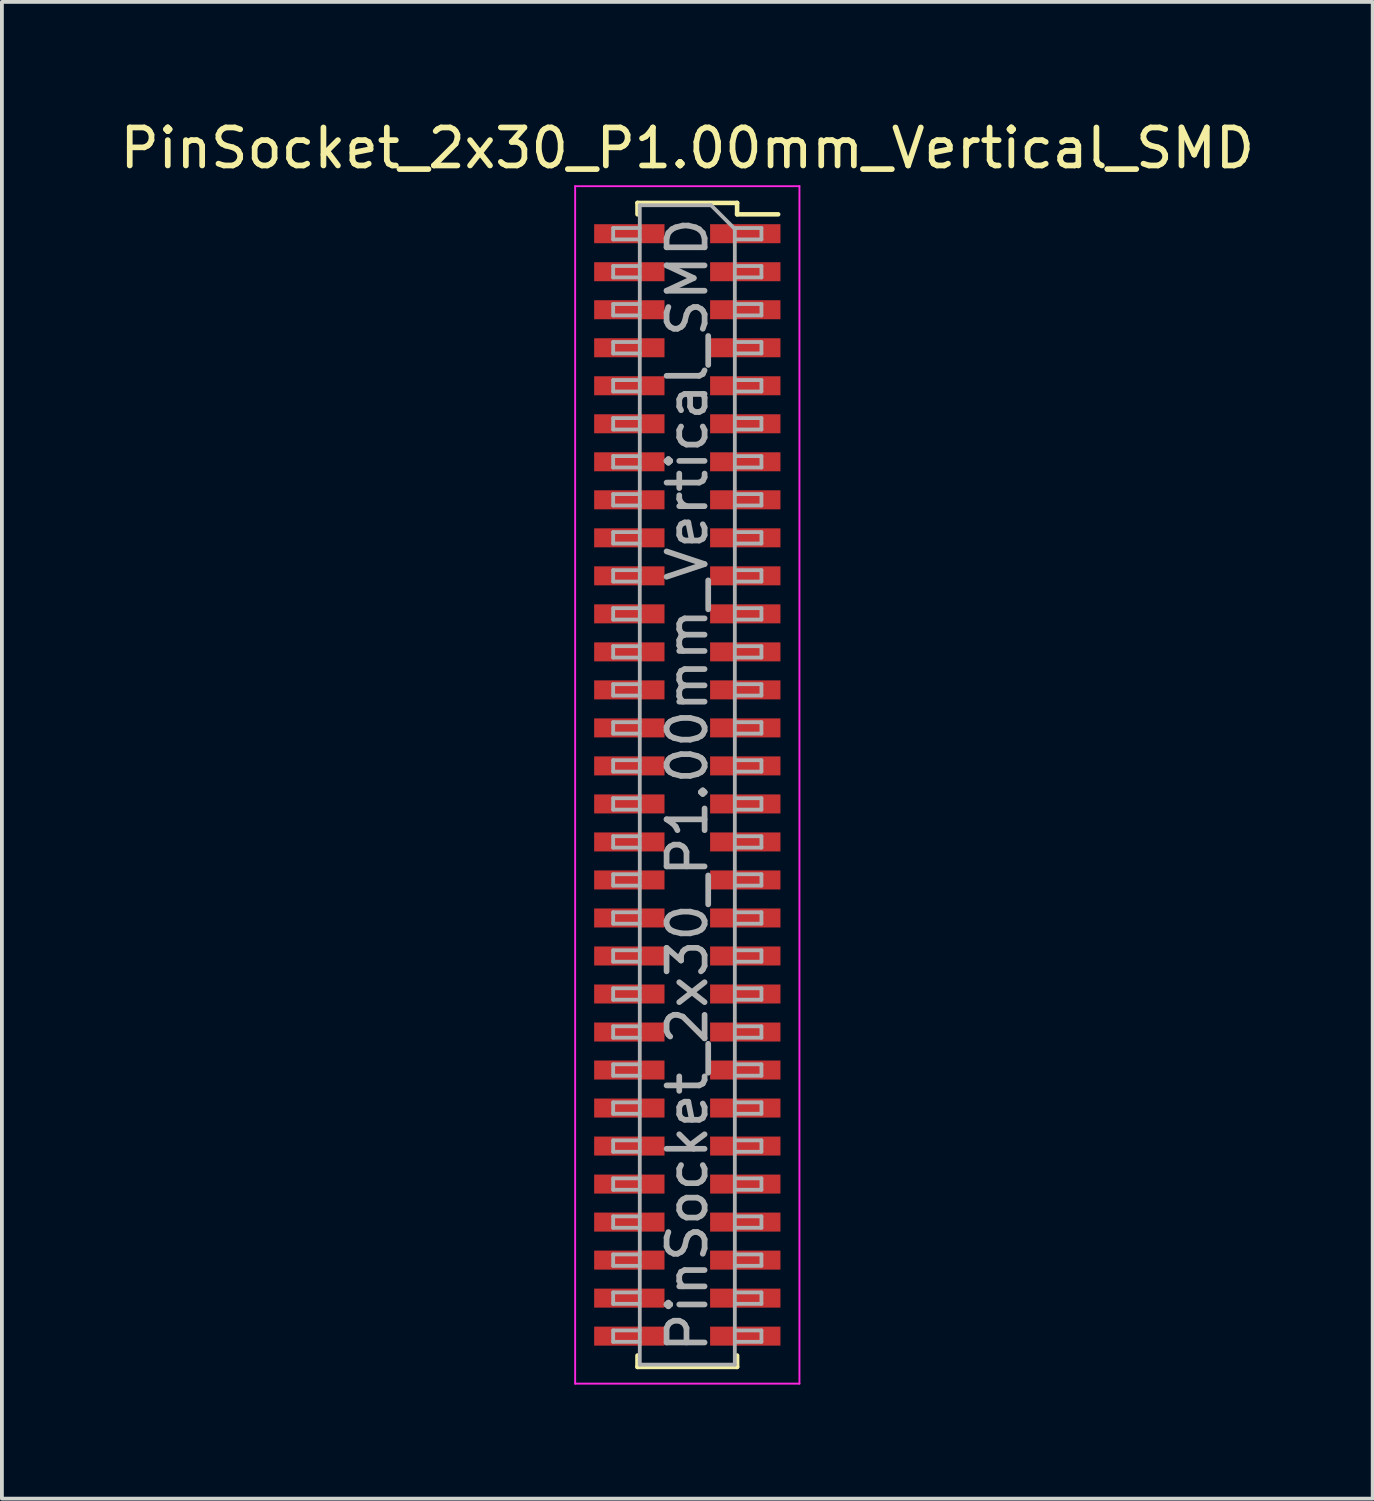
<source format=kicad_pcb>
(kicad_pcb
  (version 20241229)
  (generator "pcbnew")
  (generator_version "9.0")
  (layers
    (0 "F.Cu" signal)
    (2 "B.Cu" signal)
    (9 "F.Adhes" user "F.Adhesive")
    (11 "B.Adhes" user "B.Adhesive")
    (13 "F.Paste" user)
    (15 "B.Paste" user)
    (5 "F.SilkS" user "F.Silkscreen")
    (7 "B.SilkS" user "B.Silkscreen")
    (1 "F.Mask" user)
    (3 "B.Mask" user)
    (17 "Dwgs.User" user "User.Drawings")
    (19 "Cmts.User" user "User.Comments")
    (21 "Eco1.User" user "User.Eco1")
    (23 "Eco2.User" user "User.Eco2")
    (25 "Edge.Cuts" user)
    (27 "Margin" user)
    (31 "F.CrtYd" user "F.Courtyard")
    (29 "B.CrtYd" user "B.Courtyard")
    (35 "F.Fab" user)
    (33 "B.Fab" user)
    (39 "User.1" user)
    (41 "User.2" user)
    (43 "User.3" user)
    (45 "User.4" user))
  (footprint "PinSocket_2x30_P1.00mm_Vertical_SMD"
    (layer "F.Cu")
    (at 15.03 17.598)
    (property "Reference" "PinSocket_2x30_P1.00mm_Vertical_SMD" (at 0 -16.75 0) (layer "F.SilkS") (effects (font (size 1 1) (thickness 0.15))))
    (attr smd)
    (fp_line (start -1.31 -15.31) (end -1.31 -15.01) (stroke (width 0.12) (type solid)) (layer "F.SilkS"))
    (fp_line (start -1.31 -15.31) (end 1.31 -15.31) (stroke (width 0.12) (type solid)) (layer "F.SilkS"))
    (fp_line (start -1.31 15.01) (end -1.31 15.31) (stroke (width 0.12) (type solid)) (layer "F.SilkS"))
    (fp_line (start -1.31 15.31) (end 1.31 15.31) (stroke (width 0.12) (type solid)) (layer "F.SilkS"))
    (fp_line (start 1.31 -15.31) (end 1.31 -15.01) (stroke (width 0.12) (type solid)) (layer "F.SilkS"))
    (fp_line (start 1.31 -15.01) (end 2.39 -15.01) (stroke (width 0.12) (type solid)) (layer "F.SilkS"))
    (fp_line (start 1.31 15.01) (end 1.31 15.31) (stroke (width 0.12) (type solid)) (layer "F.SilkS"))
    (fp_line (start -2.95 -15.75) (end 2.95 -15.75) (stroke (width 0.05) (type solid)) (layer "F.CrtYd"))
    (fp_line (start -2.95 15.75) (end -2.95 -15.75) (stroke (width 0.05) (type solid)) (layer "F.CrtYd"))
    (fp_line (start 2.95 -15.75) (end 2.95 15.75) (stroke (width 0.05) (type solid)) (layer "F.CrtYd"))
    (fp_line (start 2.95 15.75) (end -2.95 15.75) (stroke (width 0.05) (type solid)) (layer "F.CrtYd"))
    (fp_line (start -1.95 -14.65) (end -1.25 -14.65) (stroke (width 0.1) (type solid)) (layer "F.Fab"))
    (fp_line (start -1.95 -14.35) (end -1.95 -14.65) (stroke (width 0.1) (type solid)) (layer "F.Fab"))
    (fp_line (start -1.95 -13.65) (end -1.25 -13.65) (stroke (width 0.1) (type solid)) (layer "F.Fab"))
    (fp_line (start -1.95 -13.35) (end -1.95 -13.65) (stroke (width 0.1) (type solid)) (layer "F.Fab"))
    (fp_line (start -1.95 -12.65) (end -1.25 -12.65) (stroke (width 0.1) (type solid)) (layer "F.Fab"))
    (fp_line (start -1.95 -12.35) (end -1.95 -12.65) (stroke (width 0.1) (type solid)) (layer "F.Fab"))
    (fp_line (start -1.95 -11.65) (end -1.25 -11.65) (stroke (width 0.1) (type solid)) (layer "F.Fab"))
    (fp_line (start -1.95 -11.35) (end -1.95 -11.65) (stroke (width 0.1) (type solid)) (layer "F.Fab"))
    (fp_line (start -1.95 -10.65) (end -1.25 -10.65) (stroke (width 0.1) (type solid)) (layer "F.Fab"))
    (fp_line (start -1.95 -10.35) (end -1.95 -10.65) (stroke (width 0.1) (type solid)) (layer "F.Fab"))
    (fp_line (start -1.95 -9.65) (end -1.25 -9.65) (stroke (width 0.1) (type solid)) (layer "F.Fab"))
    (fp_line (start -1.95 -9.35) (end -1.95 -9.65) (stroke (width 0.1) (type solid)) (layer "F.Fab"))
    (fp_line (start -1.95 -8.65) (end -1.25 -8.65) (stroke (width 0.1) (type solid)) (layer "F.Fab"))
    (fp_line (start -1.95 -8.35) (end -1.95 -8.65) (stroke (width 0.1) (type solid)) (layer "F.Fab"))
    (fp_line (start -1.95 -7.65) (end -1.25 -7.65) (stroke (width 0.1) (type solid)) (layer "F.Fab"))
    (fp_line (start -1.95 -7.35) (end -1.95 -7.65) (stroke (width 0.1) (type solid)) (layer "F.Fab"))
    (fp_line (start -1.95 -6.65) (end -1.25 -6.65) (stroke (width 0.1) (type solid)) (layer "F.Fab"))
    (fp_line (start -1.95 -6.35) (end -1.95 -6.65) (stroke (width 0.1) (type solid)) (layer "F.Fab"))
    (fp_line (start -1.95 -5.65) (end -1.25 -5.65) (stroke (width 0.1) (type solid)) (layer "F.Fab"))
    (fp_line (start -1.95 -5.35) (end -1.95 -5.65) (stroke (width 0.1) (type solid)) (layer "F.Fab"))
    (fp_line (start -1.95 -4.65) (end -1.25 -4.65) (stroke (width 0.1) (type solid)) (layer "F.Fab"))
    (fp_line (start -1.95 -4.35) (end -1.95 -4.65) (stroke (width 0.1) (type solid)) (layer "F.Fab"))
    (fp_line (start -1.95 -3.65) (end -1.25 -3.65) (stroke (width 0.1) (type solid)) (layer "F.Fab"))
    (fp_line (start -1.95 -3.35) (end -1.95 -3.65) (stroke (width 0.1) (type solid)) (layer "F.Fab"))
    (fp_line (start -1.95 -2.65) (end -1.25 -2.65) (stroke (width 0.1) (type solid)) (layer "F.Fab"))
    (fp_line (start -1.95 -2.35) (end -1.95 -2.65) (stroke (width 0.1) (type solid)) (layer "F.Fab"))
    (fp_line (start -1.95 -1.65) (end -1.25 -1.65) (stroke (width 0.1) (type solid)) (layer "F.Fab"))
    (fp_line (start -1.95 -1.35) (end -1.95 -1.65) (stroke (width 0.1) (type solid)) (layer "F.Fab"))
    (fp_line (start -1.95 -0.65) (end -1.25 -0.65) (stroke (width 0.1) (type solid)) (layer "F.Fab"))
    (fp_line (start -1.95 -0.35) (end -1.95 -0.65) (stroke (width 0.1) (type solid)) (layer "F.Fab"))
    (fp_line (start -1.95 0.35) (end -1.25 0.35) (stroke (width 0.1) (type solid)) (layer "F.Fab"))
    (fp_line (start -1.95 0.65) (end -1.95 0.35) (stroke (width 0.1) (type solid)) (layer "F.Fab"))
    (fp_line (start -1.95 1.35) (end -1.25 1.35) (stroke (width 0.1) (type solid)) (layer "F.Fab"))
    (fp_line (start -1.95 1.65) (end -1.95 1.35) (stroke (width 0.1) (type solid)) (layer "F.Fab"))
    (fp_line (start -1.95 2.35) (end -1.25 2.35) (stroke (width 0.1) (type solid)) (layer "F.Fab"))
    (fp_line (start -1.95 2.65) (end -1.95 2.35) (stroke (width 0.1) (type solid)) (layer "F.Fab"))
    (fp_line (start -1.95 3.35) (end -1.25 3.35) (stroke (width 0.1) (type solid)) (layer "F.Fab"))
    (fp_line (start -1.95 3.65) (end -1.95 3.35) (stroke (width 0.1) (type solid)) (layer "F.Fab"))
    (fp_line (start -1.95 4.35) (end -1.25 4.35) (stroke (width 0.1) (type solid)) (layer "F.Fab"))
    (fp_line (start -1.95 4.65) (end -1.95 4.35) (stroke (width 0.1) (type solid)) (layer "F.Fab"))
    (fp_line (start -1.95 5.35) (end -1.25 5.35) (stroke (width 0.1) (type solid)) (layer "F.Fab"))
    (fp_line (start -1.95 5.65) (end -1.95 5.35) (stroke (width 0.1) (type solid)) (layer "F.Fab"))
    (fp_line (start -1.95 6.35) (end -1.25 6.35) (stroke (width 0.1) (type solid)) (layer "F.Fab"))
    (fp_line (start -1.95 6.65) (end -1.95 6.35) (stroke (width 0.1) (type solid)) (layer "F.Fab"))
    (fp_line (start -1.95 7.35) (end -1.25 7.35) (stroke (width 0.1) (type solid)) (layer "F.Fab"))
    (fp_line (start -1.95 7.65) (end -1.95 7.35) (stroke (width 0.1) (type solid)) (layer "F.Fab"))
    (fp_line (start -1.95 8.35) (end -1.25 8.35) (stroke (width 0.1) (type solid)) (layer "F.Fab"))
    (fp_line (start -1.95 8.65) (end -1.95 8.35) (stroke (width 0.1) (type solid)) (layer "F.Fab"))
    (fp_line (start -1.95 9.35) (end -1.25 9.35) (stroke (width 0.1) (type solid)) (layer "F.Fab"))
    (fp_line (start -1.95 9.65) (end -1.95 9.35) (stroke (width 0.1) (type solid)) (layer "F.Fab"))
    (fp_line (start -1.95 10.35) (end -1.25 10.35) (stroke (width 0.1) (type solid)) (layer "F.Fab"))
    (fp_line (start -1.95 10.65) (end -1.95 10.35) (stroke (width 0.1) (type solid)) (layer "F.Fab"))
    (fp_line (start -1.95 11.35) (end -1.25 11.35) (stroke (width 0.1) (type solid)) (layer "F.Fab"))
    (fp_line (start -1.95 11.65) (end -1.95 11.35) (stroke (width 0.1) (type solid)) (layer "F.Fab"))
    (fp_line (start -1.95 12.35) (end -1.25 12.35) (stroke (width 0.1) (type solid)) (layer "F.Fab"))
    (fp_line (start -1.95 12.65) (end -1.95 12.35) (stroke (width 0.1) (type solid)) (layer "F.Fab"))
    (fp_line (start -1.95 13.35) (end -1.25 13.35) (stroke (width 0.1) (type solid)) (layer "F.Fab"))
    (fp_line (start -1.95 13.65) (end -1.95 13.35) (stroke (width 0.1) (type solid)) (layer "F.Fab"))
    (fp_line (start -1.95 14.35) (end -1.25 14.35) (stroke (width 0.1) (type solid)) (layer "F.Fab"))
    (fp_line (start -1.95 14.65) (end -1.95 14.35) (stroke (width 0.1) (type solid)) (layer "F.Fab"))
    (fp_line (start -1.25 -15.25) (end 0.625 -15.25) (stroke (width 0.1) (type solid)) (layer "F.Fab"))
    (fp_line (start -1.25 -14.35) (end -1.95 -14.35) (stroke (width 0.1) (type solid)) (layer "F.Fab"))
    (fp_line (start -1.25 -13.35) (end -1.95 -13.35) (stroke (width 0.1) (type solid)) (layer "F.Fab"))
    (fp_line (start -1.25 -12.35) (end -1.95 -12.35) (stroke (width 0.1) (type solid)) (layer "F.Fab"))
    (fp_line (start -1.25 -11.35) (end -1.95 -11.35) (stroke (width 0.1) (type solid)) (layer "F.Fab"))
    (fp_line (start -1.25 -10.35) (end -1.95 -10.35) (stroke (width 0.1) (type solid)) (layer "F.Fab"))
    (fp_line (start -1.25 -9.35) (end -1.95 -9.35) (stroke (width 0.1) (type solid)) (layer "F.Fab"))
    (fp_line (start -1.25 -8.35) (end -1.95 -8.35) (stroke (width 0.1) (type solid)) (layer "F.Fab"))
    (fp_line (start -1.25 -7.35) (end -1.95 -7.35) (stroke (width 0.1) (type solid)) (layer "F.Fab"))
    (fp_line (start -1.25 -6.35) (end -1.95 -6.35) (stroke (width 0.1) (type solid)) (layer "F.Fab"))
    (fp_line (start -1.25 -5.35) (end -1.95 -5.35) (stroke (width 0.1) (type solid)) (layer "F.Fab"))
    (fp_line (start -1.25 -4.35) (end -1.95 -4.35) (stroke (width 0.1) (type solid)) (layer "F.Fab"))
    (fp_line (start -1.25 -3.35) (end -1.95 -3.35) (stroke (width 0.1) (type solid)) (layer "F.Fab"))
    (fp_line (start -1.25 -2.35) (end -1.95 -2.35) (stroke (width 0.1) (type solid)) (layer "F.Fab"))
    (fp_line (start -1.25 -1.35) (end -1.95 -1.35) (stroke (width 0.1) (type solid)) (layer "F.Fab"))
    (fp_line (start -1.25 -0.35) (end -1.95 -0.35) (stroke (width 0.1) (type solid)) (layer "F.Fab"))
    (fp_line (start -1.25 0.65) (end -1.95 0.65) (stroke (width 0.1) (type solid)) (layer "F.Fab"))
    (fp_line (start -1.25 1.65) (end -1.95 1.65) (stroke (width 0.1) (type solid)) (layer "F.Fab"))
    (fp_line (start -1.25 2.65) (end -1.95 2.65) (stroke (width 0.1) (type solid)) (layer "F.Fab"))
    (fp_line (start -1.25 3.65) (end -1.95 3.65) (stroke (width 0.1) (type solid)) (layer "F.Fab"))
    (fp_line (start -1.25 4.65) (end -1.95 4.65) (stroke (width 0.1) (type solid)) (layer "F.Fab"))
    (fp_line (start -1.25 5.65) (end -1.95 5.65) (stroke (width 0.1) (type solid)) (layer "F.Fab"))
    (fp_line (start -1.25 6.65) (end -1.95 6.65) (stroke (width 0.1) (type solid)) (layer "F.Fab"))
    (fp_line (start -1.25 7.65) (end -1.95 7.65) (stroke (width 0.1) (type solid)) (layer "F.Fab"))
    (fp_line (start -1.25 8.65) (end -1.95 8.65) (stroke (width 0.1) (type solid)) (layer "F.Fab"))
    (fp_line (start -1.25 9.65) (end -1.95 9.65) (stroke (width 0.1) (type solid)) (layer "F.Fab"))
    (fp_line (start -1.25 10.65) (end -1.95 10.65) (stroke (width 0.1) (type solid)) (layer "F.Fab"))
    (fp_line (start -1.25 11.65) (end -1.95 11.65) (stroke (width 0.1) (type solid)) (layer "F.Fab"))
    (fp_line (start -1.25 12.65) (end -1.95 12.65) (stroke (width 0.1) (type solid)) (layer "F.Fab"))
    (fp_line (start -1.25 13.65) (end -1.95 13.65) (stroke (width 0.1) (type solid)) (layer "F.Fab"))
    (fp_line (start -1.25 14.65) (end -1.95 14.65) (stroke (width 0.1) (type solid)) (layer "F.Fab"))
    (fp_line (start -1.25 15.25) (end -1.25 -15.25) (stroke (width 0.1) (type solid)) (layer "F.Fab"))
    (fp_line (start 0.625 -15.25) (end 1.25 -14.625) (stroke (width 0.1) (type solid)) (layer "F.Fab"))
    (fp_line (start 1.25 -14.65) (end 1.95 -14.65) (stroke (width 0.1) (type solid)) (layer "F.Fab"))
    (fp_line (start 1.25 -14.625) (end 1.25 15.25) (stroke (width 0.1) (type solid)) (layer "F.Fab"))
    (fp_line (start 1.25 -13.65) (end 1.95 -13.65) (stroke (width 0.1) (type solid)) (layer "F.Fab"))
    (fp_line (start 1.25 -12.65) (end 1.95 -12.65) (stroke (width 0.1) (type solid)) (layer "F.Fab"))
    (fp_line (start 1.25 -11.65) (end 1.95 -11.65) (stroke (width 0.1) (type solid)) (layer "F.Fab"))
    (fp_line (start 1.25 -10.65) (end 1.95 -10.65) (stroke (width 0.1) (type solid)) (layer "F.Fab"))
    (fp_line (start 1.25 -9.65) (end 1.95 -9.65) (stroke (width 0.1) (type solid)) (layer "F.Fab"))
    (fp_line (start 1.25 -8.65) (end 1.95 -8.65) (stroke (width 0.1) (type solid)) (layer "F.Fab"))
    (fp_line (start 1.25 -7.65) (end 1.95 -7.65) (stroke (width 0.1) (type solid)) (layer "F.Fab"))
    (fp_line (start 1.25 -6.65) (end 1.95 -6.65) (stroke (width 0.1) (type solid)) (layer "F.Fab"))
    (fp_line (start 1.25 -5.65) (end 1.95 -5.65) (stroke (width 0.1) (type solid)) (layer "F.Fab"))
    (fp_line (start 1.25 -4.65) (end 1.95 -4.65) (stroke (width 0.1) (type solid)) (layer "F.Fab"))
    (fp_line (start 1.25 -3.65) (end 1.95 -3.65) (stroke (width 0.1) (type solid)) (layer "F.Fab"))
    (fp_line (start 1.25 -2.65) (end 1.95 -2.65) (stroke (width 0.1) (type solid)) (layer "F.Fab"))
    (fp_line (start 1.25 -1.65) (end 1.95 -1.65) (stroke (width 0.1) (type solid)) (layer "F.Fab"))
    (fp_line (start 1.25 -0.65) (end 1.95 -0.65) (stroke (width 0.1) (type solid)) (layer "F.Fab"))
    (fp_line (start 1.25 0.35) (end 1.95 0.35) (stroke (width 0.1) (type solid)) (layer "F.Fab"))
    (fp_line (start 1.25 1.35) (end 1.95 1.35) (stroke (width 0.1) (type solid)) (layer "F.Fab"))
    (fp_line (start 1.25 2.35) (end 1.95 2.35) (stroke (width 0.1) (type solid)) (layer "F.Fab"))
    (fp_line (start 1.25 3.35) (end 1.95 3.35) (stroke (width 0.1) (type solid)) (layer "F.Fab"))
    (fp_line (start 1.25 4.35) (end 1.95 4.35) (stroke (width 0.1) (type solid)) (layer "F.Fab"))
    (fp_line (start 1.25 5.35) (end 1.95 5.35) (stroke (width 0.1) (type solid)) (layer "F.Fab"))
    (fp_line (start 1.25 6.35) (end 1.95 6.35) (stroke (width 0.1) (type solid)) (layer "F.Fab"))
    (fp_line (start 1.25 7.35) (end 1.95 7.35) (stroke (width 0.1) (type solid)) (layer "F.Fab"))
    (fp_line (start 1.25 8.35) (end 1.95 8.35) (stroke (width 0.1) (type solid)) (layer "F.Fab"))
    (fp_line (start 1.25 9.35) (end 1.95 9.35) (stroke (width 0.1) (type solid)) (layer "F.Fab"))
    (fp_line (start 1.25 10.35) (end 1.95 10.35) (stroke (width 0.1) (type solid)) (layer "F.Fab"))
    (fp_line (start 1.25 11.35) (end 1.95 11.35) (stroke (width 0.1) (type solid)) (layer "F.Fab"))
    (fp_line (start 1.25 12.35) (end 1.95 12.35) (stroke (width 0.1) (type solid)) (layer "F.Fab"))
    (fp_line (start 1.25 13.35) (end 1.95 13.35) (stroke (width 0.1) (type solid)) (layer "F.Fab"))
    (fp_line (start 1.25 14.35) (end 1.95 14.35) (stroke (width 0.1) (type solid)) (layer "F.Fab"))
    (fp_line (start 1.25 15.25) (end -1.25 15.25) (stroke (width 0.1) (type solid)) (layer "F.Fab"))
    (fp_line (start 1.95 -14.65) (end 1.95 -14.35) (stroke (width 0.1) (type solid)) (layer "F.Fab"))
    (fp_line (start 1.95 -14.35) (end 1.25 -14.35) (stroke (width 0.1) (type solid)) (layer "F.Fab"))
    (fp_line (start 1.95 -13.65) (end 1.95 -13.35) (stroke (width 0.1) (type solid)) (layer "F.Fab"))
    (fp_line (start 1.95 -13.35) (end 1.25 -13.35) (stroke (width 0.1) (type solid)) (layer "F.Fab"))
    (fp_line (start 1.95 -12.65) (end 1.95 -12.35) (stroke (width 0.1) (type solid)) (layer "F.Fab"))
    (fp_line (start 1.95 -12.35) (end 1.25 -12.35) (stroke (width 0.1) (type solid)) (layer "F.Fab"))
    (fp_line (start 1.95 -11.65) (end 1.95 -11.35) (stroke (width 0.1) (type solid)) (layer "F.Fab"))
    (fp_line (start 1.95 -11.35) (end 1.25 -11.35) (stroke (width 0.1) (type solid)) (layer "F.Fab"))
    (fp_line (start 1.95 -10.65) (end 1.95 -10.35) (stroke (width 0.1) (type solid)) (layer "F.Fab"))
    (fp_line (start 1.95 -10.35) (end 1.25 -10.35) (stroke (width 0.1) (type solid)) (layer "F.Fab"))
    (fp_line (start 1.95 -9.65) (end 1.95 -9.35) (stroke (width 0.1) (type solid)) (layer "F.Fab"))
    (fp_line (start 1.95 -9.35) (end 1.25 -9.35) (stroke (width 0.1) (type solid)) (layer "F.Fab"))
    (fp_line (start 1.95 -8.65) (end 1.95 -8.35) (stroke (width 0.1) (type solid)) (layer "F.Fab"))
    (fp_line (start 1.95 -8.35) (end 1.25 -8.35) (stroke (width 0.1) (type solid)) (layer "F.Fab"))
    (fp_line (start 1.95 -7.65) (end 1.95 -7.35) (stroke (width 0.1) (type solid)) (layer "F.Fab"))
    (fp_line (start 1.95 -7.35) (end 1.25 -7.35) (stroke (width 0.1) (type solid)) (layer "F.Fab"))
    (fp_line (start 1.95 -6.65) (end 1.95 -6.35) (stroke (width 0.1) (type solid)) (layer "F.Fab"))
    (fp_line (start 1.95 -6.35) (end 1.25 -6.35) (stroke (width 0.1) (type solid)) (layer "F.Fab"))
    (fp_line (start 1.95 -5.65) (end 1.95 -5.35) (stroke (width 0.1) (type solid)) (layer "F.Fab"))
    (fp_line (start 1.95 -5.35) (end 1.25 -5.35) (stroke (width 0.1) (type solid)) (layer "F.Fab"))
    (fp_line (start 1.95 -4.65) (end 1.95 -4.35) (stroke (width 0.1) (type solid)) (layer "F.Fab"))
    (fp_line (start 1.95 -4.35) (end 1.25 -4.35) (stroke (width 0.1) (type solid)) (layer "F.Fab"))
    (fp_line (start 1.95 -3.65) (end 1.95 -3.35) (stroke (width 0.1) (type solid)) (layer "F.Fab"))
    (fp_line (start 1.95 -3.35) (end 1.25 -3.35) (stroke (width 0.1) (type solid)) (layer "F.Fab"))
    (fp_line (start 1.95 -2.65) (end 1.95 -2.35) (stroke (width 0.1) (type solid)) (layer "F.Fab"))
    (fp_line (start 1.95 -2.35) (end 1.25 -2.35) (stroke (width 0.1) (type solid)) (layer "F.Fab"))
    (fp_line (start 1.95 -1.65) (end 1.95 -1.35) (stroke (width 0.1) (type solid)) (layer "F.Fab"))
    (fp_line (start 1.95 -1.35) (end 1.25 -1.35) (stroke (width 0.1) (type solid)) (layer "F.Fab"))
    (fp_line (start 1.95 -0.65) (end 1.95 -0.35) (stroke (width 0.1) (type solid)) (layer "F.Fab"))
    (fp_line (start 1.95 -0.35) (end 1.25 -0.35) (stroke (width 0.1) (type solid)) (layer "F.Fab"))
    (fp_line (start 1.95 0.35) (end 1.95 0.65) (stroke (width 0.1) (type solid)) (layer "F.Fab"))
    (fp_line (start 1.95 0.65) (end 1.25 0.65) (stroke (width 0.1) (type solid)) (layer "F.Fab"))
    (fp_line (start 1.95 1.35) (end 1.95 1.65) (stroke (width 0.1) (type solid)) (layer "F.Fab"))
    (fp_line (start 1.95 1.65) (end 1.25 1.65) (stroke (width 0.1) (type solid)) (layer "F.Fab"))
    (fp_line (start 1.95 2.35) (end 1.95 2.65) (stroke (width 0.1) (type solid)) (layer "F.Fab"))
    (fp_line (start 1.95 2.65) (end 1.25 2.65) (stroke (width 0.1) (type solid)) (layer "F.Fab"))
    (fp_line (start 1.95 3.35) (end 1.95 3.65) (stroke (width 0.1) (type solid)) (layer "F.Fab"))
    (fp_line (start 1.95 3.65) (end 1.25 3.65) (stroke (width 0.1) (type solid)) (layer "F.Fab"))
    (fp_line (start 1.95 4.35) (end 1.95 4.65) (stroke (width 0.1) (type solid)) (layer "F.Fab"))
    (fp_line (start 1.95 4.65) (end 1.25 4.65) (stroke (width 0.1) (type solid)) (layer "F.Fab"))
    (fp_line (start 1.95 5.35) (end 1.95 5.65) (stroke (width 0.1) (type solid)) (layer "F.Fab"))
    (fp_line (start 1.95 5.65) (end 1.25 5.65) (stroke (width 0.1) (type solid)) (layer "F.Fab"))
    (fp_line (start 1.95 6.35) (end 1.95 6.65) (stroke (width 0.1) (type solid)) (layer "F.Fab"))
    (fp_line (start 1.95 6.65) (end 1.25 6.65) (stroke (width 0.1) (type solid)) (layer "F.Fab"))
    (fp_line (start 1.95 7.35) (end 1.95 7.65) (stroke (width 0.1) (type solid)) (layer "F.Fab"))
    (fp_line (start 1.95 7.65) (end 1.25 7.65) (stroke (width 0.1) (type solid)) (layer "F.Fab"))
    (fp_line (start 1.95 8.35) (end 1.95 8.65) (stroke (width 0.1) (type solid)) (layer "F.Fab"))
    (fp_line (start 1.95 8.65) (end 1.25 8.65) (stroke (width 0.1) (type solid)) (layer "F.Fab"))
    (fp_line (start 1.95 9.35) (end 1.95 9.65) (stroke (width 0.1) (type solid)) (layer "F.Fab"))
    (fp_line (start 1.95 9.65) (end 1.25 9.65) (stroke (width 0.1) (type solid)) (layer "F.Fab"))
    (fp_line (start 1.95 10.35) (end 1.95 10.65) (stroke (width 0.1) (type solid)) (layer "F.Fab"))
    (fp_line (start 1.95 10.65) (end 1.25 10.65) (stroke (width 0.1) (type solid)) (layer "F.Fab"))
    (fp_line (start 1.95 11.35) (end 1.95 11.65) (stroke (width 0.1) (type solid)) (layer "F.Fab"))
    (fp_line (start 1.95 11.65) (end 1.25 11.65) (stroke (width 0.1) (type solid)) (layer "F.Fab"))
    (fp_line (start 1.95 12.35) (end 1.95 12.65) (stroke (width 0.1) (type solid)) (layer "F.Fab"))
    (fp_line (start 1.95 12.65) (end 1.25 12.65) (stroke (width 0.1) (type solid)) (layer "F.Fab"))
    (fp_line (start 1.95 13.35) (end 1.95 13.65) (stroke (width 0.1) (type solid)) (layer "F.Fab"))
    (fp_line (start 1.95 13.65) (end 1.25 13.65) (stroke (width 0.1) (type solid)) (layer "F.Fab"))
    (fp_line (start 1.95 14.35) (end 1.95 14.65) (stroke (width 0.1) (type solid)) (layer "F.Fab"))
    (fp_line (start 1.95 14.65) (end 1.25 14.65) (stroke (width 0.1) (type solid)) (layer "F.Fab"))
    (fp_text user "${REFERENCE}" (at 0 0 90) (layer "F.Fab") (effects (font (size 1 1) (thickness 0.15))))
    (pad "1" smd rect (at 1.525 -14.5) (size 1.85 0.5) (layers "F.Cu" "F.Mask" "F.Paste"))
    (pad "2" smd rect (at -1.525 -14.5) (size 1.85 0.5) (layers "F.Cu" "F.Mask" "F.Paste"))
    (pad "3" smd rect (at 1.525 -13.5) (size 1.85 0.5) (layers "F.Cu" "F.Mask" "F.Paste"))
    (pad "4" smd rect (at -1.525 -13.5) (size 1.85 0.5) (layers "F.Cu" "F.Mask" "F.Paste"))
    (pad "5" smd rect (at 1.525 -12.5) (size 1.85 0.5) (layers "F.Cu" "F.Mask" "F.Paste"))
    (pad "6" smd rect (at -1.525 -12.5) (size 1.85 0.5) (layers "F.Cu" "F.Mask" "F.Paste"))
    (pad "7" smd rect (at 1.525 -11.5) (size 1.85 0.5) (layers "F.Cu" "F.Mask" "F.Paste"))
    (pad "8" smd rect (at -1.525 -11.5) (size 1.85 0.5) (layers "F.Cu" "F.Mask" "F.Paste"))
    (pad "9" smd rect (at 1.525 -10.5) (size 1.85 0.5) (layers "F.Cu" "F.Mask" "F.Paste"))
    (pad "10" smd rect (at -1.525 -10.5) (size 1.85 0.5) (layers "F.Cu" "F.Mask" "F.Paste"))
    (pad "11" smd rect (at 1.525 -9.5) (size 1.85 0.5) (layers "F.Cu" "F.Mask" "F.Paste"))
    (pad "12" smd rect (at -1.525 -9.5) (size 1.85 0.5) (layers "F.Cu" "F.Mask" "F.Paste"))
    (pad "13" smd rect (at 1.525 -8.5) (size 1.85 0.5) (layers "F.Cu" "F.Mask" "F.Paste"))
    (pad "14" smd rect (at -1.525 -8.5) (size 1.85 0.5) (layers "F.Cu" "F.Mask" "F.Paste"))
    (pad "15" smd rect (at 1.525 -7.5) (size 1.85 0.5) (layers "F.Cu" "F.Mask" "F.Paste"))
    (pad "16" smd rect (at -1.525 -7.5) (size 1.85 0.5) (layers "F.Cu" "F.Mask" "F.Paste"))
    (pad "17" smd rect (at 1.525 -6.5) (size 1.85 0.5) (layers "F.Cu" "F.Mask" "F.Paste"))
    (pad "18" smd rect (at -1.525 -6.5) (size 1.85 0.5) (layers "F.Cu" "F.Mask" "F.Paste"))
    (pad "19" smd rect (at 1.525 -5.5) (size 1.85 0.5) (layers "F.Cu" "F.Mask" "F.Paste"))
    (pad "20" smd rect (at -1.525 -5.5) (size 1.85 0.5) (layers "F.Cu" "F.Mask" "F.Paste"))
    (pad "21" smd rect (at 1.525 -4.5) (size 1.85 0.5) (layers "F.Cu" "F.Mask" "F.Paste"))
    (pad "22" smd rect (at -1.525 -4.5) (size 1.85 0.5) (layers "F.Cu" "F.Mask" "F.Paste"))
    (pad "23" smd rect (at 1.525 -3.5) (size 1.85 0.5) (layers "F.Cu" "F.Mask" "F.Paste"))
    (pad "24" smd rect (at -1.525 -3.5) (size 1.85 0.5) (layers "F.Cu" "F.Mask" "F.Paste"))
    (pad "25" smd rect (at 1.525 -2.5) (size 1.85 0.5) (layers "F.Cu" "F.Mask" "F.Paste"))
    (pad "26" smd rect (at -1.525 -2.5) (size 1.85 0.5) (layers "F.Cu" "F.Mask" "F.Paste"))
    (pad "27" smd rect (at 1.525 -1.5) (size 1.85 0.5) (layers "F.Cu" "F.Mask" "F.Paste"))
    (pad "28" smd rect (at -1.525 -1.5) (size 1.85 0.5) (layers "F.Cu" "F.Mask" "F.Paste"))
    (pad "29" smd rect (at 1.525 -0.5) (size 1.85 0.5) (layers "F.Cu" "F.Mask" "F.Paste"))
    (pad "30" smd rect (at -1.525 -0.5) (size 1.85 0.5) (layers "F.Cu" "F.Mask" "F.Paste"))
    (pad "31" smd rect (at 1.525 0.5) (size 1.85 0.5) (layers "F.Cu" "F.Mask" "F.Paste"))
    (pad "32" smd rect (at -1.525 0.5) (size 1.85 0.5) (layers "F.Cu" "F.Mask" "F.Paste"))
    (pad "33" smd rect (at 1.525 1.5) (size 1.85 0.5) (layers "F.Cu" "F.Mask" "F.Paste"))
    (pad "34" smd rect (at -1.525 1.5) (size 1.85 0.5) (layers "F.Cu" "F.Mask" "F.Paste"))
    (pad "35" smd rect (at 1.525 2.5) (size 1.85 0.5) (layers "F.Cu" "F.Mask" "F.Paste"))
    (pad "36" smd rect (at -1.525 2.5) (size 1.85 0.5) (layers "F.Cu" "F.Mask" "F.Paste"))
    (pad "37" smd rect (at 1.525 3.5) (size 1.85 0.5) (layers "F.Cu" "F.Mask" "F.Paste"))
    (pad "38" smd rect (at -1.525 3.5) (size 1.85 0.5) (layers "F.Cu" "F.Mask" "F.Paste"))
    (pad "39" smd rect (at 1.525 4.5) (size 1.85 0.5) (layers "F.Cu" "F.Mask" "F.Paste"))
    (pad "40" smd rect (at -1.525 4.5) (size 1.85 0.5) (layers "F.Cu" "F.Mask" "F.Paste"))
    (pad "41" smd rect (at 1.525 5.5) (size 1.85 0.5) (layers "F.Cu" "F.Mask" "F.Paste"))
    (pad "42" smd rect (at -1.525 5.5) (size 1.85 0.5) (layers "F.Cu" "F.Mask" "F.Paste"))
    (pad "43" smd rect (at 1.525 6.5) (size 1.85 0.5) (layers "F.Cu" "F.Mask" "F.Paste"))
    (pad "44" smd rect (at -1.525 6.5) (size 1.85 0.5) (layers "F.Cu" "F.Mask" "F.Paste"))
    (pad "45" smd rect (at 1.525 7.5) (size 1.85 0.5) (layers "F.Cu" "F.Mask" "F.Paste"))
    (pad "46" smd rect (at -1.525 7.5) (size 1.85 0.5) (layers "F.Cu" "F.Mask" "F.Paste"))
    (pad "47" smd rect (at 1.525 8.5) (size 1.85 0.5) (layers "F.Cu" "F.Mask" "F.Paste"))
    (pad "48" smd rect (at -1.525 8.5) (size 1.85 0.5) (layers "F.Cu" "F.Mask" "F.Paste"))
    (pad "49" smd rect (at 1.525 9.5) (size 1.85 0.5) (layers "F.Cu" "F.Mask" "F.Paste"))
    (pad "50" smd rect (at -1.525 9.5) (size 1.85 0.5) (layers "F.Cu" "F.Mask" "F.Paste"))
    (pad "51" smd rect (at 1.525 10.5) (size 1.85 0.5) (layers "F.Cu" "F.Mask" "F.Paste"))
    (pad "52" smd rect (at -1.525 10.5) (size 1.85 0.5) (layers "F.Cu" "F.Mask" "F.Paste"))
    (pad "53" smd rect (at 1.525 11.5) (size 1.85 0.5) (layers "F.Cu" "F.Mask" "F.Paste"))
    (pad "54" smd rect (at -1.525 11.5) (size 1.85 0.5) (layers "F.Cu" "F.Mask" "F.Paste"))
    (pad "55" smd rect (at 1.525 12.5) (size 1.85 0.5) (layers "F.Cu" "F.Mask" "F.Paste"))
    (pad "56" smd rect (at -1.525 12.5) (size 1.85 0.5) (layers "F.Cu" "F.Mask" "F.Paste"))
    (pad "57" smd rect (at 1.525 13.5) (size 1.85 0.5) (layers "F.Cu" "F.Mask" "F.Paste"))
    (pad "58" smd rect (at -1.525 13.5) (size 1.85 0.5) (layers "F.Cu" "F.Mask" "F.Paste"))
    (pad "59" smd rect (at 1.525 14.5) (size 1.85 0.5) (layers "F.Cu" "F.Mask" "F.Paste"))
    (pad "60" smd rect (at -1.525 14.5) (size 1.85 0.5) (layers "F.Cu" "F.Mask" "F.Paste")))
  (gr_rect
    (start -3 -3)
    (end 33.06 36.373)
    (stroke (width 0.1) (type default))
    (fill no)
    (layer "Edge.Cuts")))
</source>
